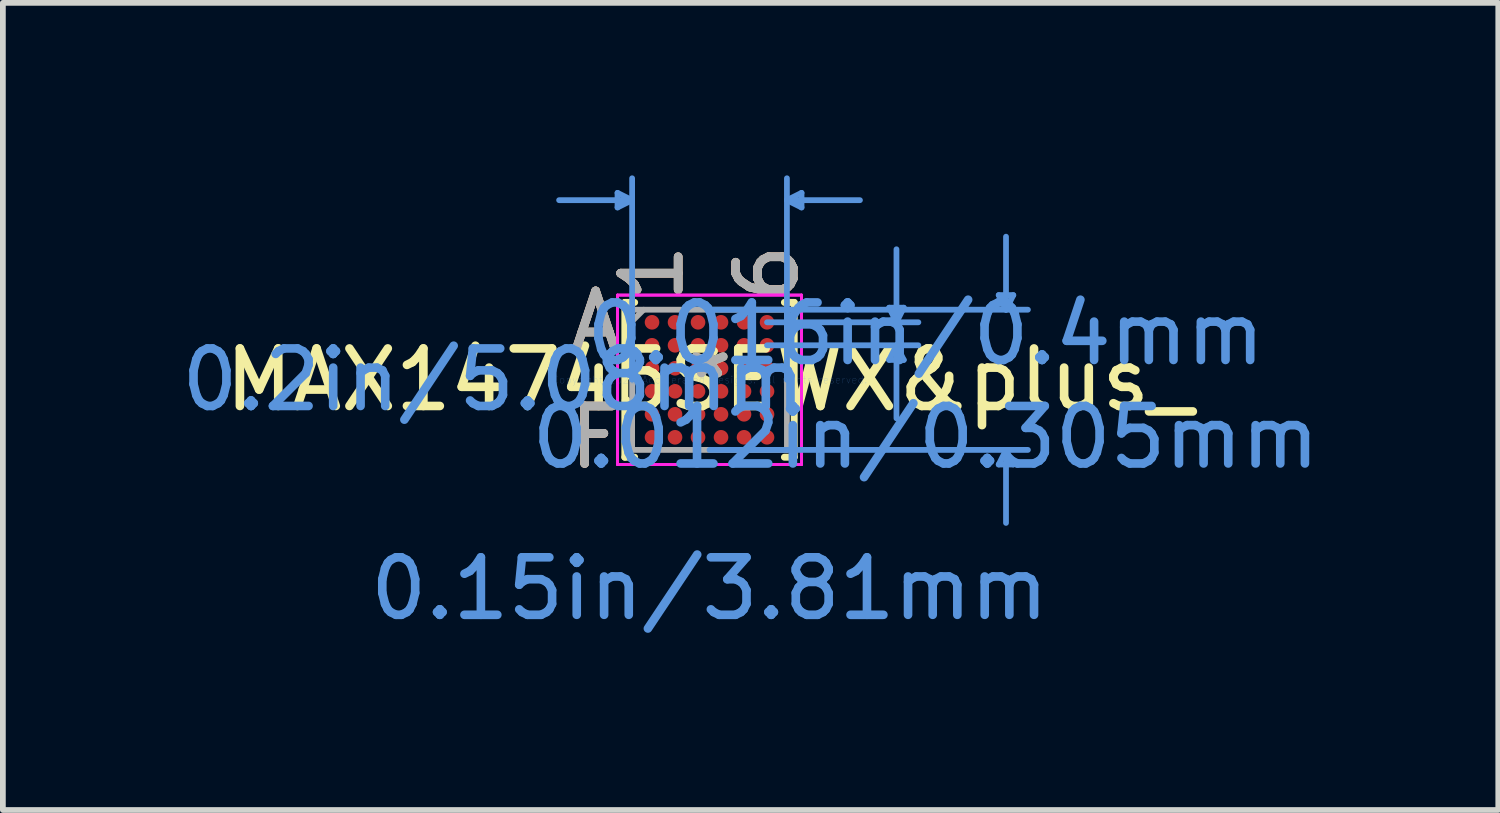
<source format=kicad_pcb>
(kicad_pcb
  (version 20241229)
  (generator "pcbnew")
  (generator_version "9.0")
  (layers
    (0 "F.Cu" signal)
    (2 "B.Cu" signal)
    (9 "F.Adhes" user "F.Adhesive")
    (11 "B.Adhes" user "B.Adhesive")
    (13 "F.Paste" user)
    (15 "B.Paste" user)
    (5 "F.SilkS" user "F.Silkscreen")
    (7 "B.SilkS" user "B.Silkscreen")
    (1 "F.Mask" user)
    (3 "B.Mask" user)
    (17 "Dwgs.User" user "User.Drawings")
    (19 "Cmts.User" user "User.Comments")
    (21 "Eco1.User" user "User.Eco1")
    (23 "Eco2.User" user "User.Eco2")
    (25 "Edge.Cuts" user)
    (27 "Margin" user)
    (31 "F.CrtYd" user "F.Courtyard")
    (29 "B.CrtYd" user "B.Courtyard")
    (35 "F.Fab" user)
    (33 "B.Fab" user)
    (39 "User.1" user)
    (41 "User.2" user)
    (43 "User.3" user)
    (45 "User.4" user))
  (footprint "MAX14745SEWX&plus_"
    (layer "F.Cu")
    (at 9.289 3.555)
    (property "Reference" "MAX14745SEWX&plus_" (at 0 0 0) (layer "F.SilkS") (effects (font (size 1 1) (thickness 0.15))))
    (attr through_hole)
    (fp_line (start -1.473 -1.346) (end -1.473 1.346) (stroke (width 0.12) (type solid)) (layer "F.SilkS"))
    (fp_line (start -1.473 1.346) (end -1.302 1.346) (stroke (width 0.12) (type solid)) (layer "F.SilkS"))
    (fp_line (start -1.302 -1.346) (end -1.473 -1.346) (stroke (width 0.12) (type solid)) (layer "F.SilkS"))
    (fp_line (start 1.302 1.346) (end 1.473 1.346) (stroke (width 0.12) (type solid)) (layer "F.SilkS"))
    (fp_line (start 1.473 -1.346) (end 1.302 -1.346) (stroke (width 0.12) (type solid)) (layer "F.SilkS"))
    (fp_line (start 1.473 1.346) (end 1.473 -1.346) (stroke (width 0.12) (type solid)) (layer "F.SilkS"))
    (fp_line (start -1.6 -3.251) (end -1.6 -2.997) (stroke (width 0.1) (type solid)) (layer "Cmts.User"))
    (fp_line (start -1.346 -3.124) (end -2.616 -3.124) (stroke (width 0.1) (type solid)) (layer "Cmts.User"))
    (fp_line (start -1.346 -3.124) (end -1.6 -3.251) (stroke (width 0.1) (type solid)) (layer "Cmts.User"))
    (fp_line (start -1.346 -3.124) (end -1.6 -2.997) (stroke (width 0.1) (type solid)) (layer "Cmts.User"))
    (fp_line (start -1.346 0) (end -1.346 -3.505) (stroke (width 0.1) (type solid)) (layer "Cmts.User"))
    (fp_line (start 0 -1.219) (end 5.537 -1.219) (stroke (width 0.1) (type solid)) (layer "Cmts.User"))
    (fp_line (start 0 1.219) (end 5.537 1.219) (stroke (width 0.1) (type solid)) (layer "Cmts.User"))
    (fp_line (start 1 -1) (end 3.632 -1) (stroke (width 0.1) (type solid)) (layer "Cmts.User"))
    (fp_line (start 1 -0.6) (end 3.632 -0.6) (stroke (width 0.1) (type solid)) (layer "Cmts.User"))
    (fp_line (start 1.346 -3.124) (end 1.6 -3.251) (stroke (width 0.1) (type solid)) (layer "Cmts.User"))
    (fp_line (start 1.346 -3.124) (end 1.6 -2.997) (stroke (width 0.1) (type solid)) (layer "Cmts.User"))
    (fp_line (start 1.346 -3.124) (end 2.616 -3.124) (stroke (width 0.1) (type solid)) (layer "Cmts.User"))
    (fp_line (start 1.346 0) (end 1.346 -3.505) (stroke (width 0.1) (type solid)) (layer "Cmts.User"))
    (fp_line (start 1.6 -3.251) (end 1.6 -2.997) (stroke (width 0.1) (type solid)) (layer "Cmts.User"))
    (fp_line (start 3.124 -1.254) (end 3.378 -1.254) (stroke (width 0.1) (type solid)) (layer "Cmts.User"))
    (fp_line (start 3.124 -0.346) (end 3.378 -0.346) (stroke (width 0.1) (type solid)) (layer "Cmts.User"))
    (fp_line (start 3.251 -1) (end 3.124 -1.254) (stroke (width 0.1) (type solid)) (layer "Cmts.User"))
    (fp_line (start 3.251 -1) (end 3.251 -2.27) (stroke (width 0.1) (type solid)) (layer "Cmts.User"))
    (fp_line (start 3.251 -1) (end 3.378 -1.254) (stroke (width 0.1) (type solid)) (layer "Cmts.User"))
    (fp_line (start 3.251 -0.6) (end 3.124 -0.346) (stroke (width 0.1) (type solid)) (layer "Cmts.User"))
    (fp_line (start 3.251 -0.6) (end 3.251 0.67) (stroke (width 0.1) (type solid)) (layer "Cmts.User"))
    (fp_line (start 3.251 -0.6) (end 3.378 -0.346) (stroke (width 0.1) (type solid)) (layer "Cmts.User"))
    (fp_line (start 5.029 -1.473) (end 5.283 -1.473) (stroke (width 0.1) (type solid)) (layer "Cmts.User"))
    (fp_line (start 5.029 1.473) (end 5.283 1.473) (stroke (width 0.1) (type solid)) (layer "Cmts.User"))
    (fp_line (start 5.156 -1.219) (end 5.029 -1.473) (stroke (width 0.1) (type solid)) (layer "Cmts.User"))
    (fp_line (start 5.156 -1.219) (end 5.156 -2.489) (stroke (width 0.1) (type solid)) (layer "Cmts.User"))
    (fp_line (start 5.156 -1.219) (end 5.283 -1.473) (stroke (width 0.1) (type solid)) (layer "Cmts.User"))
    (fp_line (start 5.156 1.219) (end 5.029 1.473) (stroke (width 0.1) (type solid)) (layer "Cmts.User"))
    (fp_line (start 5.156 1.219) (end 5.156 2.489) (stroke (width 0.1) (type solid)) (layer "Cmts.User"))
    (fp_line (start 5.156 1.219) (end 5.283 1.473) (stroke (width 0.1) (type solid)) (layer "Cmts.User"))
    (fp_line (start -1.6 -1.473) (end 1.6 -1.473) (stroke (width 0.05) (type solid)) (layer "F.CrtYd"))
    (fp_line (start -1.6 -1.473) (end 1.6 -1.473) (stroke (width 0.05) (type solid)) (layer "F.CrtYd"))
    (fp_line (start -1.6 1.473) (end -1.6 -1.473) (stroke (width 0.05) (type solid)) (layer "F.CrtYd"))
    (fp_line (start -1.6 1.473) (end -1.6 -1.473) (stroke (width 0.05) (type solid)) (layer "F.CrtYd"))
    (fp_line (start 1.6 -1.473) (end 1.6 1.473) (stroke (width 0.05) (type solid)) (layer "F.CrtYd"))
    (fp_line (start 1.6 -1.473) (end 1.6 1.473) (stroke (width 0.05) (type solid)) (layer "F.CrtYd"))
    (fp_line (start 1.6 1.473) (end -1.6 1.473) (stroke (width 0.05) (type solid)) (layer "F.CrtYd"))
    (fp_line (start 1.6 1.473) (end -1.6 1.473) (stroke (width 0.05) (type solid)) (layer "F.CrtYd"))
    (fp_line (start -1.346 -1.219) (end -1.346 1.219) (stroke (width 0.1) (type solid)) (layer "F.Fab"))
    (fp_line (start -1.346 1.219) (end 1.346 1.219) (stroke (width 0.1) (type solid)) (layer "F.Fab"))
    (fp_line (start -1.146 -1.219) (end -1.346 -1.019) (stroke (width 0.1) (type solid)) (layer "F.Fab"))
    (fp_line (start 1.346 -1.219) (end -1.346 -1.219) (stroke (width 0.1) (type solid)) (layer "F.Fab"))
    (fp_line (start 1.346 1.219) (end 1.346 -1.219) (stroke (width 0.1) (type solid)) (layer "F.Fab"))
    (fp_text user "F" (at -1.981 1 0) (layer "F.SilkS") (effects (font (size 1 1) (thickness 0.15))))
    (fp_text user "*" (at 0 0 0) (layer "F.SilkS") (effects (font (size 1 1) (thickness 0.15))))
    (fp_text user "1" (at -1 -1.854 90) (layer "F.SilkS") (effects (font (size 1 1) (thickness 0.15))))
    (fp_text user "A" (at -1.981 -1 0) (layer "F.SilkS") (effects (font (size 1 1) (thickness 0.15))))
    (fp_text user "6" (at 1 -1.854 90) (layer "F.SilkS") (effects (font (size 1 1) (thickness 0.15))))
    (fp_text user "F" (at -1.981 1 0) (layer "B.SilkS") (effects (font (size 1 1) (thickness 0.15))))
    (fp_text user "A" (at -1.981 -1 0) (layer "B.SilkS") (effects (font (size 1 1) (thickness 0.15))))
    (fp_text user "6" (at 1 -1.854 90) (layer "B.SilkS") (effects (font (size 1 1) (thickness 0.15))))
    (fp_text user "1" (at -1 -1.854 90) (layer "B.SilkS") (effects (font (size 1 1) (thickness 0.15))))
    (fp_text user "Copyright 2021 Accelerated Designs. All rights reserved." (at 0 0 0) (layer "Cmts.User") (effects (font (size 0.127 0.127) (thickness 0.002))))
    (fp_text user "0.2in/5.08mm" (at -3.759 0 0) (layer "Cmts.User") (effects (font (size 1 1) (thickness 0.15))))
    (fp_text user "0.15in/3.81mm" (at 0 3.632 0) (layer "Cmts.User") (effects (font (size 1 1) (thickness 0.15))))
    (fp_text user "0.012in/0.305mm" (at 3.759 1 0) (layer "Cmts.User") (effects (font (size 1 1) (thickness 0.15))))
    (fp_text user "0.016in/0.4mm" (at 3.759 -0.8 0) (layer "Cmts.User") (effects (font (size 1 1) (thickness 0.15))))
    (fp_text user "1" (at -1 -1.854 90) (layer "F.Fab") (effects (font (size 1 1) (thickness 0.15))))
    (fp_text user "A" (at -1.981 -1 0) (layer "F.Fab") (effects (font (size 1 1) (thickness 0.15))))
    (fp_text user "F" (at -1.981 1 0) (layer "F.Fab") (effects (font (size 1 1) (thickness 0.15))))
    (fp_text user "*" (at 0 0 0) (layer "F.Fab") (effects (font (size 1 1) (thickness 0.15))))
    (fp_text user "6" (at 1 -1.854 90) (layer "F.Fab") (effects (font (size 1 1) (thickness 0.15))))
    (pad "A1" smd circle (at -1 -1) (size 0.254 0.254) (layers "F.Cu" "F.Mask" "F.Paste"))
    (pad "A2" smd circle (at -0.6 -1) (size 0.254 0.254) (layers "F.Cu" "F.Mask" "F.Paste"))
    (pad "A3" smd circle (at -0.2 -1) (size 0.254 0.254) (layers "F.Cu" "F.Mask" "F.Paste"))
    (pad "A4" smd circle (at 0.2 -1) (size 0.254 0.254) (layers "F.Cu" "F.Mask" "F.Paste"))
    (pad "A5" smd circle (at 0.6 -1) (size 0.254 0.254) (layers "F.Cu" "F.Mask" "F.Paste"))
    (pad "A6" smd circle (at 1 -1) (size 0.254 0.254) (layers "F.Cu" "F.Mask" "F.Paste"))
    (pad "B1" smd circle (at -1 -0.6) (size 0.254 0.254) (layers "F.Cu" "F.Mask" "F.Paste"))
    (pad "B2" smd circle (at -0.6 -0.6) (size 0.254 0.254) (layers "F.Cu" "F.Mask" "F.Paste"))
    (pad "B3" smd circle (at -0.2 -0.6) (size 0.254 0.254) (layers "F.Cu" "F.Mask" "F.Paste"))
    (pad "B4" smd circle (at 0.2 -0.6) (size 0.254 0.254) (layers "F.Cu" "F.Mask" "F.Paste"))
    (pad "B5" smd circle (at 0.6 -0.6) (size 0.254 0.254) (layers "F.Cu" "F.Mask" "F.Paste"))
    (pad "B6" smd circle (at 1 -0.6) (size 0.254 0.254) (layers "F.Cu" "F.Mask" "F.Paste"))
    (pad "C1" smd circle (at -1 -0.2) (size 0.254 0.254) (layers "F.Cu" "F.Mask" "F.Paste"))
    (pad "C2" smd circle (at -0.6 -0.2) (size 0.254 0.254) (layers "F.Cu" "F.Mask" "F.Paste"))
    (pad "C3" smd circle (at -0.2 -0.2) (size 0.254 0.254) (layers "F.Cu" "F.Mask" "F.Paste"))
    (pad "C4" smd circle (at 0.2 -0.2) (size 0.254 0.254) (layers "F.Cu" "F.Mask" "F.Paste"))
    (pad "C5" smd circle (at 0.6 -0.2) (size 0.254 0.254) (layers "F.Cu" "F.Mask" "F.Paste"))
    (pad "C6" smd circle (at 1 -0.2) (size 0.254 0.254) (layers "F.Cu" "F.Mask" "F.Paste"))
    (pad "D1" smd circle (at -1 0.2) (size 0.254 0.254) (layers "F.Cu" "F.Mask" "F.Paste"))
    (pad "D2" smd circle (at -0.6 0.2) (size 0.254 0.254) (layers "F.Cu" "F.Mask" "F.Paste"))
    (pad "D3" smd circle (at -0.2 0.2) (size 0.254 0.254) (layers "F.Cu" "F.Mask" "F.Paste"))
    (pad "D4" smd circle (at 0.2 0.2) (size 0.254 0.254) (layers "F.Cu" "F.Mask" "F.Paste"))
    (pad "D5" smd circle (at 0.6 0.2) (size 0.254 0.254) (layers "F.Cu" "F.Mask" "F.Paste"))
    (pad "D6" smd circle (at 1 0.2) (size 0.254 0.254) (layers "F.Cu" "F.Mask" "F.Paste"))
    (pad "E1" smd circle (at -1 0.6) (size 0.254 0.254) (layers "F.Cu" "F.Mask" "F.Paste"))
    (pad "E2" smd circle (at -0.6 0.6) (size 0.254 0.254) (layers "F.Cu" "F.Mask" "F.Paste"))
    (pad "E3" smd circle (at -0.2 0.6) (size 0.254 0.254) (layers "F.Cu" "F.Mask" "F.Paste"))
    (pad "E4" smd circle (at 0.2 0.6) (size 0.254 0.254) (layers "F.Cu" "F.Mask" "F.Paste"))
    (pad "E5" smd circle (at 0.6 0.6) (size 0.254 0.254) (layers "F.Cu" "F.Mask" "F.Paste"))
    (pad "E6" smd circle (at 1 0.6) (size 0.254 0.254) (layers "F.Cu" "F.Mask" "F.Paste"))
    (pad "F1" smd circle (at -1 1) (size 0.254 0.254) (layers "F.Cu" "F.Mask" "F.Paste"))
    (pad "F2" smd circle (at -0.6 1) (size 0.254 0.254) (layers "F.Cu" "F.Mask" "F.Paste"))
    (pad "F3" smd circle (at -0.2 1) (size 0.254 0.254) (layers "F.Cu" "F.Mask" "F.Paste"))
    (pad "F4" smd circle (at 0.2 1) (size 0.254 0.254) (layers "F.Cu" "F.Mask" "F.Paste"))
    (pad "F5" smd circle (at 0.6 1) (size 0.254 0.254) (layers "F.Cu" "F.Mask" "F.Paste"))
    (pad "F6" smd circle (at 1 1) (size 0.254 0.254) (layers "F.Cu" "F.Mask" "F.Paste")))
  (gr_rect
    (start -3 -3)
    (end 23.006 11.036)
    (stroke (width 0.1) (type default))
    (fill no)
    (layer "Edge.Cuts")))
</source>
